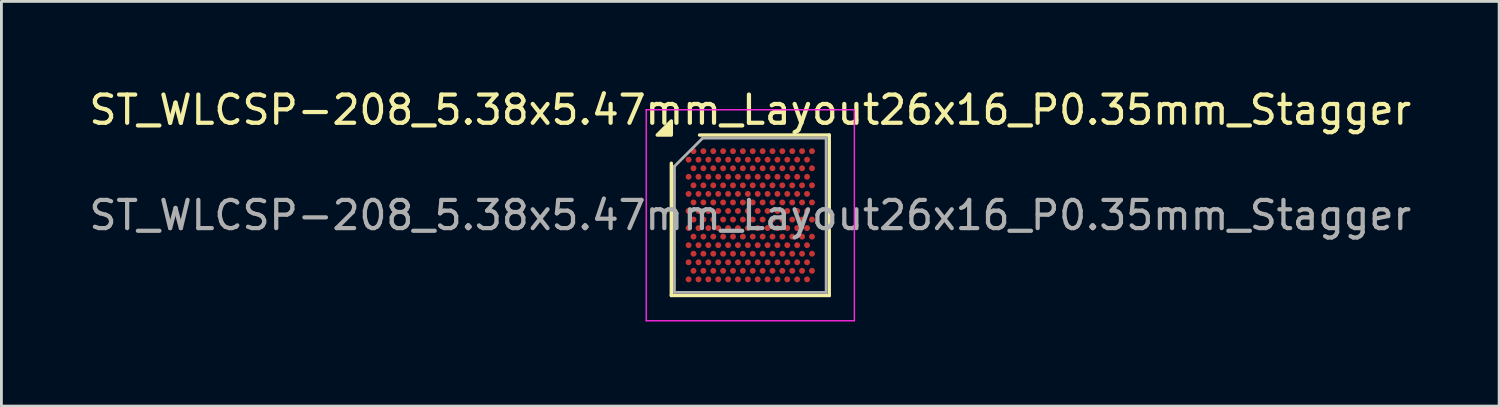
<source format=kicad_pcb>
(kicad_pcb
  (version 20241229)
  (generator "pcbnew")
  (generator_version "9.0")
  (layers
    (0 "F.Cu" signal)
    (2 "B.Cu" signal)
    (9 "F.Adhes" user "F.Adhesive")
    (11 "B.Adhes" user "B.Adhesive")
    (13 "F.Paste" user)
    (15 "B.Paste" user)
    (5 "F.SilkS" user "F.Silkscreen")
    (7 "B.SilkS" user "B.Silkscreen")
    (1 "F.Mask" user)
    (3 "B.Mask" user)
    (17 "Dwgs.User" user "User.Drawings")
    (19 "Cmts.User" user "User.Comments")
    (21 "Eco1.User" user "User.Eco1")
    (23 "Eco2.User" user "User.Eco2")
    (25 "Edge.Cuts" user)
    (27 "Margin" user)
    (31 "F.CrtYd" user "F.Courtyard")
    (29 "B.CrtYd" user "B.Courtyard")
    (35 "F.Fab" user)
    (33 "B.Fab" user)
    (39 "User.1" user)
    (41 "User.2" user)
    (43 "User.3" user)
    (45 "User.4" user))
  (footprint "ST_WLCSP-208_5.38x5.47mm_Layout26x16_P0.35mm_Stagger"
    (layer "F.Cu")
    (at 23.554 4.583)
    (property "Reference" "ST_WLCSP-208_5.38x5.47mm_Layout26x16_P0.35mm_Stagger" (at 0 -3.735 0) (layer "F.SilkS") (effects (font (size 1 1) (thickness 0.15))))
    (attr smd)
    (fp_line (start -2.8 2.845) (end -2.8 -1.845) (stroke (width 0.12) (type solid)) (layer "F.SilkS"))
    (fp_line (start -1.8 -2.845) (end 2.8 -2.845) (stroke (width 0.12) (type solid)) (layer "F.SilkS"))
    (fp_line (start 2.8 -2.845) (end 2.8 2.845) (stroke (width 0.12) (type solid)) (layer "F.SilkS"))
    (fp_line (start 2.8 2.845) (end -2.8 2.845) (stroke (width 0.12) (type solid)) (layer "F.SilkS"))
    (fp_poly (pts (xy -2.8 -2.845) (xy -3.3 -2.845) (xy -2.8 -3.345) (xy -2.8 -2.845)) (stroke (width 0.12) (type solid)) (fill yes) (layer "F.SilkS"))
    (fp_line (start -3.69 -3.74) (end -3.69 3.74) (stroke (width 0.05) (type solid)) (layer "F.CrtYd"))
    (fp_line (start -3.69 3.74) (end 3.69 3.74) (stroke (width 0.05) (type solid)) (layer "F.CrtYd"))
    (fp_line (start 3.69 -3.74) (end -3.69 -3.74) (stroke (width 0.05) (type solid)) (layer "F.CrtYd"))
    (fp_line (start 3.69 3.74) (end 3.69 -3.74) (stroke (width 0.05) (type solid)) (layer "F.CrtYd"))
    (fp_line (start -2.69 -1.735) (end -1.69 -2.735) (stroke (width 0.1) (type solid)) (layer "F.Fab"))
    (fp_line (start -2.69 2.735) (end -2.69 -1.735) (stroke (width 0.1) (type solid)) (layer "F.Fab"))
    (fp_line (start -1.69 -2.735) (end 2.69 -2.735) (stroke (width 0.1) (type solid)) (layer "F.Fab"))
    (fp_line (start 2.69 -2.735) (end 2.69 2.735) (stroke (width 0.1) (type solid)) (layer "F.Fab"))
    (fp_line (start 2.69 2.735) (end -2.69 2.735) (stroke (width 0.1) (type solid)) (layer "F.Fab"))
    (fp_text user "${REFERENCE}" (at 0 0 0) (layer "F.Fab") (effects (font (size 1 1) (thickness 0.15))))
    (pad "A2" smd circle (at -2.013 -2.273) (size 0.21 0.21) (property pad_prop_bga) (layers "F.Cu" "F.Mask" "F.Paste"))
    (pad "A4" smd circle (at -1.663 -2.273) (size 0.21 0.21) (property pad_prop_bga) (layers "F.Cu" "F.Mask" "F.Paste"))
    (pad "A6" smd circle (at -1.312 -2.273) (size 0.21 0.21) (property pad_prop_bga) (layers "F.Cu" "F.Mask" "F.Paste"))
    (pad "A8" smd circle (at -0.963 -2.273) (size 0.21 0.21) (property pad_prop_bga) (layers "F.Cu" "F.Mask" "F.Paste"))
    (pad "A10" smd circle (at -0.613 -2.273) (size 0.21 0.21) (property pad_prop_bga) (layers "F.Cu" "F.Mask" "F.Paste"))
    (pad "A12" smd circle (at -0.263 -2.273) (size 0.21 0.21) (property pad_prop_bga) (layers "F.Cu" "F.Mask" "F.Paste"))
    (pad "A14" smd circle (at 0.087 -2.273) (size 0.21 0.21) (property pad_prop_bga) (layers "F.Cu" "F.Mask" "F.Paste"))
    (pad "A16" smd circle (at 0.438 -2.273) (size 0.21 0.21) (property pad_prop_bga) (layers "F.Cu" "F.Mask" "F.Paste"))
    (pad "A18" smd circle (at 0.787 -2.273) (size 0.21 0.21) (property pad_prop_bga) (layers "F.Cu" "F.Mask" "F.Paste"))
    (pad "A20" smd circle (at 1.137 -2.273) (size 0.21 0.21) (property pad_prop_bga) (layers "F.Cu" "F.Mask" "F.Paste"))
    (pad "A22" smd circle (at 1.488 -2.273) (size 0.21 0.21) (property pad_prop_bga) (layers "F.Cu" "F.Mask" "F.Paste"))
    (pad "A24" smd circle (at 1.837 -2.273) (size 0.21 0.21) (property pad_prop_bga) (layers "F.Cu" "F.Mask" "F.Paste"))
    (pad "A26" smd circle (at 2.188 -2.273) (size 0.21 0.21) (property pad_prop_bga) (layers "F.Cu" "F.Mask" "F.Paste"))
    (pad "B1" smd circle (at -2.188 -1.97) (size 0.21 0.21) (property pad_prop_bga) (layers "F.Cu" "F.Mask" "F.Paste"))
    (pad "B3" smd circle (at -1.837 -1.97) (size 0.21 0.21) (property pad_prop_bga) (layers "F.Cu" "F.Mask" "F.Paste"))
    (pad "B5" smd circle (at -1.488 -1.97) (size 0.21 0.21) (property pad_prop_bga) (layers "F.Cu" "F.Mask" "F.Paste"))
    (pad "B7" smd circle (at -1.137 -1.97) (size 0.21 0.21) (property pad_prop_bga) (layers "F.Cu" "F.Mask" "F.Paste"))
    (pad "B9" smd circle (at -0.787 -1.97) (size 0.21 0.21) (property pad_prop_bga) (layers "F.Cu" "F.Mask" "F.Paste"))
    (pad "B11" smd circle (at -0.438 -1.97) (size 0.21 0.21) (property pad_prop_bga) (layers "F.Cu" "F.Mask" "F.Paste"))
    (pad "B13" smd circle (at -0.087 -1.97) (size 0.21 0.21) (property pad_prop_bga) (layers "F.Cu" "F.Mask" "F.Paste"))
    (pad "B15" smd circle (at 0.263 -1.97) (size 0.21 0.21) (property pad_prop_bga) (layers "F.Cu" "F.Mask" "F.Paste"))
    (pad "B17" smd circle (at 0.613 -1.97) (size 0.21 0.21) (property pad_prop_bga) (layers "F.Cu" "F.Mask" "F.Paste"))
    (pad "B19" smd circle (at 0.963 -1.97) (size 0.21 0.21) (property pad_prop_bga) (layers "F.Cu" "F.Mask" "F.Paste"))
    (pad "B21" smd circle (at 1.312 -1.97) (size 0.21 0.21) (property pad_prop_bga) (layers "F.Cu" "F.Mask" "F.Paste"))
    (pad "B23" smd circle (at 1.663 -1.97) (size 0.21 0.21) (property pad_prop_bga) (layers "F.Cu" "F.Mask" "F.Paste"))
    (pad "B25" smd circle (at 2.013 -1.97) (size 0.21 0.21) (property pad_prop_bga) (layers "F.Cu" "F.Mask" "F.Paste"))
    (pad "C2" smd circle (at -2.013 -1.667) (size 0.21 0.21) (property pad_prop_bga) (layers "F.Cu" "F.Mask" "F.Paste"))
    (pad "C4" smd circle (at -1.663 -1.667) (size 0.21 0.21) (property pad_prop_bga) (layers "F.Cu" "F.Mask" "F.Paste"))
    (pad "C6" smd circle (at -1.312 -1.667) (size 0.21 0.21) (property pad_prop_bga) (layers "F.Cu" "F.Mask" "F.Paste"))
    (pad "C8" smd circle (at -0.963 -1.667) (size 0.21 0.21) (property pad_prop_bga) (layers "F.Cu" "F.Mask" "F.Paste"))
    (pad "C10" smd circle (at -0.613 -1.667) (size 0.21 0.21) (property pad_prop_bga) (layers "F.Cu" "F.Mask" "F.Paste"))
    (pad "C12" smd circle (at -0.263 -1.667) (size 0.21 0.21) (property pad_prop_bga) (layers "F.Cu" "F.Mask" "F.Paste"))
    (pad "C14" smd circle (at 0.087 -1.667) (size 0.21 0.21) (property pad_prop_bga) (layers "F.Cu" "F.Mask" "F.Paste"))
    (pad "C16" smd circle (at 0.438 -1.667) (size 0.21 0.21) (property pad_prop_bga) (layers "F.Cu" "F.Mask" "F.Paste"))
    (pad "C18" smd circle (at 0.787 -1.667) (size 0.21 0.21) (property pad_prop_bga) (layers "F.Cu" "F.Mask" "F.Paste"))
    (pad "C20" smd circle (at 1.137 -1.667) (size 0.21 0.21) (property pad_prop_bga) (layers "F.Cu" "F.Mask" "F.Paste"))
    (pad "C22" smd circle (at 1.488 -1.667) (size 0.21 0.21) (property pad_prop_bga) (layers "F.Cu" "F.Mask" "F.Paste"))
    (pad "C24" smd circle (at 1.837 -1.667) (size 0.21 0.21) (property pad_prop_bga) (layers "F.Cu" "F.Mask" "F.Paste"))
    (pad "C26" smd circle (at 2.188 -1.667) (size 0.21 0.21) (property pad_prop_bga) (layers "F.Cu" "F.Mask" "F.Paste"))
    (pad "D1" smd circle (at -2.188 -1.364) (size 0.21 0.21) (property pad_prop_bga) (layers "F.Cu" "F.Mask" "F.Paste"))
    (pad "D3" smd circle (at -1.837 -1.364) (size 0.21 0.21) (property pad_prop_bga) (layers "F.Cu" "F.Mask" "F.Paste"))
    (pad "D5" smd circle (at -1.488 -1.364) (size 0.21 0.21) (property pad_prop_bga) (layers "F.Cu" "F.Mask" "F.Paste"))
    (pad "D7" smd circle (at -1.137 -1.364) (size 0.21 0.21) (property pad_prop_bga) (layers "F.Cu" "F.Mask" "F.Paste"))
    (pad "D9" smd circle (at -0.787 -1.364) (size 0.21 0.21) (property pad_prop_bga) (layers "F.Cu" "F.Mask" "F.Paste"))
    (pad "D11" smd circle (at -0.438 -1.364) (size 0.21 0.21) (property pad_prop_bga) (layers "F.Cu" "F.Mask" "F.Paste"))
    (pad "D13" smd circle (at -0.087 -1.364) (size 0.21 0.21) (property pad_prop_bga) (layers "F.Cu" "F.Mask" "F.Paste"))
    (pad "D15" smd circle (at 0.263 -1.364) (size 0.21 0.21) (property pad_prop_bga) (layers "F.Cu" "F.Mask" "F.Paste"))
    (pad "D17" smd circle (at 0.613 -1.364) (size 0.21 0.21) (property pad_prop_bga) (layers "F.Cu" "F.Mask" "F.Paste"))
    (pad "D19" smd circle (at 0.963 -1.364) (size 0.21 0.21) (property pad_prop_bga) (layers "F.Cu" "F.Mask" "F.Paste"))
    (pad "D21" smd circle (at 1.312 -1.364) (size 0.21 0.21) (property pad_prop_bga) (layers "F.Cu" "F.Mask" "F.Paste"))
    (pad "D23" smd circle (at 1.663 -1.364) (size 0.21 0.21) (property pad_prop_bga) (layers "F.Cu" "F.Mask" "F.Paste"))
    (pad "D25" smd circle (at 2.013 -1.364) (size 0.21 0.21) (property pad_prop_bga) (layers "F.Cu" "F.Mask" "F.Paste"))
    (pad "E2" smd circle (at -2.013 -1.061) (size 0.21 0.21) (property pad_prop_bga) (layers "F.Cu" "F.Mask" "F.Paste"))
    (pad "E4" smd circle (at -1.663 -1.061) (size 0.21 0.21) (property pad_prop_bga) (layers "F.Cu" "F.Mask" "F.Paste"))
    (pad "E6" smd circle (at -1.312 -1.061) (size 0.21 0.21) (property pad_prop_bga) (layers "F.Cu" "F.Mask" "F.Paste"))
    (pad "E8" smd circle (at -0.963 -1.061) (size 0.21 0.21) (property pad_prop_bga) (layers "F.Cu" "F.Mask" "F.Paste"))
    (pad "E10" smd circle (at -0.613 -1.061) (size 0.21 0.21) (property pad_prop_bga) (layers "F.Cu" "F.Mask" "F.Paste"))
    (pad "E12" smd circle (at -0.263 -1.061) (size 0.21 0.21) (property pad_prop_bga) (layers "F.Cu" "F.Mask" "F.Paste"))
    (pad "E14" smd circle (at 0.087 -1.061) (size 0.21 0.21) (property pad_prop_bga) (layers "F.Cu" "F.Mask" "F.Paste"))
    (pad "E16" smd circle (at 0.438 -1.061) (size 0.21 0.21) (property pad_prop_bga) (layers "F.Cu" "F.Mask" "F.Paste"))
    (pad "E18" smd circle (at 0.787 -1.061) (size 0.21 0.21) (property pad_prop_bga) (layers "F.Cu" "F.Mask" "F.Paste"))
    (pad "E20" smd circle (at 1.137 -1.061) (size 0.21 0.21) (property pad_prop_bga) (layers "F.Cu" "F.Mask" "F.Paste"))
    (pad "E22" smd circle (at 1.488 -1.061) (size 0.21 0.21) (property pad_prop_bga) (layers "F.Cu" "F.Mask" "F.Paste"))
    (pad "E24" smd circle (at 1.837 -1.061) (size 0.21 0.21) (property pad_prop_bga) (layers "F.Cu" "F.Mask" "F.Paste"))
    (pad "E26" smd circle (at 2.188 -1.061) (size 0.21 0.21) (property pad_prop_bga) (layers "F.Cu" "F.Mask" "F.Paste"))
    (pad "F1" smd circle (at -2.188 -0.758) (size 0.21 0.21) (property pad_prop_bga) (layers "F.Cu" "F.Mask" "F.Paste"))
    (pad "F3" smd circle (at -1.837 -0.758) (size 0.21 0.21) (property pad_prop_bga) (layers "F.Cu" "F.Mask" "F.Paste"))
    (pad "F5" smd circle (at -1.488 -0.758) (size 0.21 0.21) (property pad_prop_bga) (layers "F.Cu" "F.Mask" "F.Paste"))
    (pad "F7" smd circle (at -1.137 -0.758) (size 0.21 0.21) (property pad_prop_bga) (layers "F.Cu" "F.Mask" "F.Paste"))
    (pad "F9" smd circle (at -0.787 -0.758) (size 0.21 0.21) (property pad_prop_bga) (layers "F.Cu" "F.Mask" "F.Paste"))
    (pad "F11" smd circle (at -0.438 -0.758) (size 0.21 0.21) (property pad_prop_bga) (layers "F.Cu" "F.Mask" "F.Paste"))
    (pad "F13" smd circle (at -0.087 -0.758) (size 0.21 0.21) (property pad_prop_bga) (layers "F.Cu" "F.Mask" "F.Paste"))
    (pad "F15" smd circle (at 0.263 -0.758) (size 0.21 0.21) (property pad_prop_bga) (layers "F.Cu" "F.Mask" "F.Paste"))
    (pad "F17" smd circle (at 0.613 -0.758) (size 0.21 0.21) (property pad_prop_bga) (layers "F.Cu" "F.Mask" "F.Paste"))
    (pad "F19" smd circle (at 0.963 -0.758) (size 0.21 0.21) (property pad_prop_bga) (layers "F.Cu" "F.Mask" "F.Paste"))
    (pad "F21" smd circle (at 1.312 -0.758) (size 0.21 0.21) (property pad_prop_bga) (layers "F.Cu" "F.Mask" "F.Paste"))
    (pad "F23" smd circle (at 1.663 -0.758) (size 0.21 0.21) (property pad_prop_bga) (layers "F.Cu" "F.Mask" "F.Paste"))
    (pad "F25" smd circle (at 2.013 -0.758) (size 0.21 0.21) (property pad_prop_bga) (layers "F.Cu" "F.Mask" "F.Paste"))
    (pad "G2" smd circle (at -2.013 -0.455) (size 0.21 0.21) (property pad_prop_bga) (layers "F.Cu" "F.Mask" "F.Paste"))
    (pad "G4" smd circle (at -1.663 -0.455) (size 0.21 0.21) (property pad_prop_bga) (layers "F.Cu" "F.Mask" "F.Paste"))
    (pad "G6" smd circle (at -1.312 -0.455) (size 0.21 0.21) (property pad_prop_bga) (layers "F.Cu" "F.Mask" "F.Paste"))
    (pad "G8" smd circle (at -0.963 -0.455) (size 0.21 0.21) (property pad_prop_bga) (layers "F.Cu" "F.Mask" "F.Paste"))
    (pad "G10" smd circle (at -0.613 -0.455) (size 0.21 0.21) (property pad_prop_bga) (layers "F.Cu" "F.Mask" "F.Paste"))
    (pad "G12" smd circle (at -0.263 -0.455) (size 0.21 0.21) (property pad_prop_bga) (layers "F.Cu" "F.Mask" "F.Paste"))
    (pad "G14" smd circle (at 0.087 -0.455) (size 0.21 0.21) (property pad_prop_bga) (layers "F.Cu" "F.Mask" "F.Paste"))
    (pad "G16" smd circle (at 0.438 -0.455) (size 0.21 0.21) (property pad_prop_bga) (layers "F.Cu" "F.Mask" "F.Paste"))
    (pad "G18" smd circle (at 0.787 -0.455) (size 0.21 0.21) (property pad_prop_bga) (layers "F.Cu" "F.Mask" "F.Paste"))
    (pad "G20" smd circle (at 1.137 -0.455) (size 0.21 0.21) (property pad_prop_bga) (layers "F.Cu" "F.Mask" "F.Paste"))
    (pad "G22" smd circle (at 1.488 -0.455) (size 0.21 0.21) (property pad_prop_bga) (layers "F.Cu" "F.Mask" "F.Paste"))
    (pad "G24" smd circle (at 1.837 -0.455) (size 0.21 0.21) (property pad_prop_bga) (layers "F.Cu" "F.Mask" "F.Paste"))
    (pad "G26" smd circle (at 2.188 -0.455) (size 0.21 0.21) (property pad_prop_bga) (layers "F.Cu" "F.Mask" "F.Paste"))
    (pad "H1" smd circle (at -2.188 -0.152) (size 0.21 0.21) (property pad_prop_bga) (layers "F.Cu" "F.Mask" "F.Paste"))
    (pad "H3" smd circle (at -1.837 -0.152) (size 0.21 0.21) (property pad_prop_bga) (layers "F.Cu" "F.Mask" "F.Paste"))
    (pad "H5" smd circle (at -1.488 -0.152) (size 0.21 0.21) (property pad_prop_bga) (layers "F.Cu" "F.Mask" "F.Paste"))
    (pad "H7" smd circle (at -1.137 -0.152) (size 0.21 0.21) (property pad_prop_bga) (layers "F.Cu" "F.Mask" "F.Paste"))
    (pad "H9" smd circle (at -0.787 -0.152) (size 0.21 0.21) (property pad_prop_bga) (layers "F.Cu" "F.Mask" "F.Paste"))
    (pad "H11" smd circle (at -0.438 -0.152) (size 0.21 0.21) (property pad_prop_bga) (layers "F.Cu" "F.Mask" "F.Paste"))
    (pad "H13" smd circle (at -0.087 -0.152) (size 0.21 0.21) (property pad_prop_bga) (layers "F.Cu" "F.Mask" "F.Paste"))
    (pad "H15" smd circle (at 0.263 -0.152) (size 0.21 0.21) (property pad_prop_bga) (layers "F.Cu" "F.Mask" "F.Paste"))
    (pad "H17" smd circle (at 0.613 -0.152) (size 0.21 0.21) (property pad_prop_bga) (layers "F.Cu" "F.Mask" "F.Paste"))
    (pad "H19" smd circle (at 0.963 -0.152) (size 0.21 0.21) (property pad_prop_bga) (layers "F.Cu" "F.Mask" "F.Paste"))
    (pad "H21" smd circle (at 1.312 -0.152) (size 0.21 0.21) (property pad_prop_bga) (layers "F.Cu" "F.Mask" "F.Paste"))
    (pad "H23" smd circle (at 1.663 -0.152) (size 0.21 0.21) (property pad_prop_bga) (layers "F.Cu" "F.Mask" "F.Paste"))
    (pad "H25" smd circle (at 2.013 -0.152) (size 0.21 0.21) (property pad_prop_bga) (layers "F.Cu" "F.Mask" "F.Paste"))
    (pad "J2" smd circle (at -2.013 0.152) (size 0.21 0.21) (property pad_prop_bga) (layers "F.Cu" "F.Mask" "F.Paste"))
    (pad "J4" smd circle (at -1.663 0.152) (size 0.21 0.21) (property pad_prop_bga) (layers "F.Cu" "F.Mask" "F.Paste"))
    (pad "J6" smd circle (at -1.312 0.152) (size 0.21 0.21) (property pad_prop_bga) (layers "F.Cu" "F.Mask" "F.Paste"))
    (pad "J8" smd circle (at -0.963 0.152) (size 0.21 0.21) (property pad_prop_bga) (layers "F.Cu" "F.Mask" "F.Paste"))
    (pad "J10" smd circle (at -0.613 0.152) (size 0.21 0.21) (property pad_prop_bga) (layers "F.Cu" "F.Mask" "F.Paste"))
    (pad "J12" smd circle (at -0.263 0.152) (size 0.21 0.21) (property pad_prop_bga) (layers "F.Cu" "F.Mask" "F.Paste"))
    (pad "J14" smd circle (at 0.087 0.152) (size 0.21 0.21) (property pad_prop_bga) (layers "F.Cu" "F.Mask" "F.Paste"))
    (pad "J16" smd circle (at 0.438 0.152) (size 0.21 0.21) (property pad_prop_bga) (layers "F.Cu" "F.Mask" "F.Paste"))
    (pad "J18" smd circle (at 0.787 0.152) (size 0.21 0.21) (property pad_prop_bga) (layers "F.Cu" "F.Mask" "F.Paste"))
    (pad "J20" smd circle (at 1.137 0.152) (size 0.21 0.21) (property pad_prop_bga) (layers "F.Cu" "F.Mask" "F.Paste"))
    (pad "J22" smd circle (at 1.488 0.152) (size 0.21 0.21) (property pad_prop_bga) (layers "F.Cu" "F.Mask" "F.Paste"))
    (pad "J24" smd circle (at 1.837 0.152) (size 0.21 0.21) (property pad_prop_bga) (layers "F.Cu" "F.Mask" "F.Paste"))
    (pad "J26" smd circle (at 2.188 0.152) (size 0.21 0.21) (property pad_prop_bga) (layers "F.Cu" "F.Mask" "F.Paste"))
    (pad "K1" smd circle (at -2.188 0.455) (size 0.21 0.21) (property pad_prop_bga) (layers "F.Cu" "F.Mask" "F.Paste"))
    (pad "K3" smd circle (at -1.837 0.455) (size 0.21 0.21) (property pad_prop_bga) (layers "F.Cu" "F.Mask" "F.Paste"))
    (pad "K5" smd circle (at -1.488 0.455) (size 0.21 0.21) (property pad_prop_bga) (layers "F.Cu" "F.Mask" "F.Paste"))
    (pad "K7" smd circle (at -1.137 0.455) (size 0.21 0.21) (property pad_prop_bga) (layers "F.Cu" "F.Mask" "F.Paste"))
    (pad "K9" smd circle (at -0.787 0.455) (size 0.21 0.21) (property pad_prop_bga) (layers "F.Cu" "F.Mask" "F.Paste"))
    (pad "K11" smd circle (at -0.438 0.455) (size 0.21 0.21) (property pad_prop_bga) (layers "F.Cu" "F.Mask" "F.Paste"))
    (pad "K13" smd circle (at -0.087 0.455) (size 0.21 0.21) (property pad_prop_bga) (layers "F.Cu" "F.Mask" "F.Paste"))
    (pad "K15" smd circle (at 0.263 0.455) (size 0.21 0.21) (property pad_prop_bga) (layers "F.Cu" "F.Mask" "F.Paste"))
    (pad "K17" smd circle (at 0.613 0.455) (size 0.21 0.21) (property pad_prop_bga) (layers "F.Cu" "F.Mask" "F.Paste"))
    (pad "K19" smd circle (at 0.963 0.455) (size 0.21 0.21) (property pad_prop_bga) (layers "F.Cu" "F.Mask" "F.Paste"))
    (pad "K21" smd circle (at 1.312 0.455) (size 0.21 0.21) (property pad_prop_bga) (layers "F.Cu" "F.Mask" "F.Paste"))
    (pad "K23" smd circle (at 1.663 0.455) (size 0.21 0.21) (property pad_prop_bga) (layers "F.Cu" "F.Mask" "F.Paste"))
    (pad "K25" smd circle (at 2.013 0.455) (size 0.21 0.21) (property pad_prop_bga) (layers "F.Cu" "F.Mask" "F.Paste"))
    (pad "L2" smd circle (at -2.013 0.758) (size 0.21 0.21) (property pad_prop_bga) (layers "F.Cu" "F.Mask" "F.Paste"))
    (pad "L4" smd circle (at -1.663 0.758) (size 0.21 0.21) (property pad_prop_bga) (layers "F.Cu" "F.Mask" "F.Paste"))
    (pad "L6" smd circle (at -1.312 0.758) (size 0.21 0.21) (property pad_prop_bga) (layers "F.Cu" "F.Mask" "F.Paste"))
    (pad "L8" smd circle (at -0.963 0.758) (size 0.21 0.21) (property pad_prop_bga) (layers "F.Cu" "F.Mask" "F.Paste"))
    (pad "L10" smd circle (at -0.613 0.758) (size 0.21 0.21) (property pad_prop_bga) (layers "F.Cu" "F.Mask" "F.Paste"))
    (pad "L12" smd circle (at -0.263 0.758) (size 0.21 0.21) (property pad_prop_bga) (layers "F.Cu" "F.Mask" "F.Paste"))
    (pad "L14" smd circle (at 0.087 0.758) (size 0.21 0.21) (property pad_prop_bga) (layers "F.Cu" "F.Mask" "F.Paste"))
    (pad "L16" smd circle (at 0.438 0.758) (size 0.21 0.21) (property pad_prop_bga) (layers "F.Cu" "F.Mask" "F.Paste"))
    (pad "L18" smd circle (at 0.787 0.758) (size 0.21 0.21) (property pad_prop_bga) (layers "F.Cu" "F.Mask" "F.Paste"))
    (pad "L20" smd circle (at 1.137 0.758) (size 0.21 0.21) (property pad_prop_bga) (layers "F.Cu" "F.Mask" "F.Paste"))
    (pad "L22" smd circle (at 1.488 0.758) (size 0.21 0.21) (property pad_prop_bga) (layers "F.Cu" "F.Mask" "F.Paste"))
    (pad "L24" smd circle (at 1.837 0.758) (size 0.21 0.21) (property pad_prop_bga) (layers "F.Cu" "F.Mask" "F.Paste"))
    (pad "L26" smd circle (at 2.188 0.758) (size 0.21 0.21) (property pad_prop_bga) (layers "F.Cu" "F.Mask" "F.Paste"))
    (pad "M1" smd circle (at -2.188 1.061) (size 0.21 0.21) (property pad_prop_bga) (layers "F.Cu" "F.Mask" "F.Paste"))
    (pad "M3" smd circle (at -1.837 1.061) (size 0.21 0.21) (property pad_prop_bga) (layers "F.Cu" "F.Mask" "F.Paste"))
    (pad "M5" smd circle (at -1.488 1.061) (size 0.21 0.21) (property pad_prop_bga) (layers "F.Cu" "F.Mask" "F.Paste"))
    (pad "M7" smd circle (at -1.137 1.061) (size 0.21 0.21) (property pad_prop_bga) (layers "F.Cu" "F.Mask" "F.Paste"))
    (pad "M9" smd circle (at -0.787 1.061) (size 0.21 0.21) (property pad_prop_bga) (layers "F.Cu" "F.Mask" "F.Paste"))
    (pad "M11" smd circle (at -0.438 1.061) (size 0.21 0.21) (property pad_prop_bga) (layers "F.Cu" "F.Mask" "F.Paste"))
    (pad "M13" smd circle (at -0.087 1.061) (size 0.21 0.21) (property pad_prop_bga) (layers "F.Cu" "F.Mask" "F.Paste"))
    (pad "M15" smd circle (at 0.263 1.061) (size 0.21 0.21) (property pad_prop_bga) (layers "F.Cu" "F.Mask" "F.Paste"))
    (pad "M17" smd circle (at 0.613 1.061) (size 0.21 0.21) (property pad_prop_bga) (layers "F.Cu" "F.Mask" "F.Paste"))
    (pad "M19" smd circle (at 0.963 1.061) (size 0.21 0.21) (property pad_prop_bga) (layers "F.Cu" "F.Mask" "F.Paste"))
    (pad "M21" smd circle (at 1.312 1.061) (size 0.21 0.21) (property pad_prop_bga) (layers "F.Cu" "F.Mask" "F.Paste"))
    (pad "M23" smd circle (at 1.663 1.061) (size 0.21 0.21) (property pad_prop_bga) (layers "F.Cu" "F.Mask" "F.Paste"))
    (pad "M25" smd circle (at 2.013 1.061) (size 0.21 0.21) (property pad_prop_bga) (layers "F.Cu" "F.Mask" "F.Paste"))
    (pad "N2" smd circle (at -2.013 1.364) (size 0.21 0.21) (property pad_prop_bga) (layers "F.Cu" "F.Mask" "F.Paste"))
    (pad "N4" smd circle (at -1.663 1.364) (size 0.21 0.21) (property pad_prop_bga) (layers "F.Cu" "F.Mask" "F.Paste"))
    (pad "N6" smd circle (at -1.312 1.364) (size 0.21 0.21) (property pad_prop_bga) (layers "F.Cu" "F.Mask" "F.Paste"))
    (pad "N8" smd circle (at -0.963 1.364) (size 0.21 0.21) (property pad_prop_bga) (layers "F.Cu" "F.Mask" "F.Paste"))
    (pad "N10" smd circle (at -0.613 1.364) (size 0.21 0.21) (property pad_prop_bga) (layers "F.Cu" "F.Mask" "F.Paste"))
    (pad "N12" smd circle (at -0.263 1.364) (size 0.21 0.21) (property pad_prop_bga) (layers "F.Cu" "F.Mask" "F.Paste"))
    (pad "N14" smd circle (at 0.087 1.364) (size 0.21 0.21) (property pad_prop_bga) (layers "F.Cu" "F.Mask" "F.Paste"))
    (pad "N16" smd circle (at 0.438 1.364) (size 0.21 0.21) (property pad_prop_bga) (layers "F.Cu" "F.Mask" "F.Paste"))
    (pad "N18" smd circle (at 0.787 1.364) (size 0.21 0.21) (property pad_prop_bga) (layers "F.Cu" "F.Mask" "F.Paste"))
    (pad "N20" smd circle (at 1.137 1.364) (size 0.21 0.21) (property pad_prop_bga) (layers "F.Cu" "F.Mask" "F.Paste"))
    (pad "N22" smd circle (at 1.488 1.364) (size 0.21 0.21) (property pad_prop_bga) (layers "F.Cu" "F.Mask" "F.Paste"))
    (pad "N24" smd circle (at 1.837 1.364) (size 0.21 0.21) (property pad_prop_bga) (layers "F.Cu" "F.Mask" "F.Paste"))
    (pad "N26" smd circle (at 2.188 1.364) (size 0.21 0.21) (property pad_prop_bga) (layers "F.Cu" "F.Mask" "F.Paste"))
    (pad "P1" smd circle (at -2.188 1.667) (size 0.21 0.21) (property pad_prop_bga) (layers "F.Cu" "F.Mask" "F.Paste"))
    (pad "P3" smd circle (at -1.837 1.667) (size 0.21 0.21) (property pad_prop_bga) (layers "F.Cu" "F.Mask" "F.Paste"))
    (pad "P5" smd circle (at -1.488 1.667) (size 0.21 0.21) (property pad_prop_bga) (layers "F.Cu" "F.Mask" "F.Paste"))
    (pad "P7" smd circle (at -1.137 1.667) (size 0.21 0.21) (property pad_prop_bga) (layers "F.Cu" "F.Mask" "F.Paste"))
    (pad "P9" smd circle (at -0.787 1.667) (size 0.21 0.21) (property pad_prop_bga) (layers "F.Cu" "F.Mask" "F.Paste"))
    (pad "P11" smd circle (at -0.438 1.667) (size 0.21 0.21) (property pad_prop_bga) (layers "F.Cu" "F.Mask" "F.Paste"))
    (pad "P13" smd circle (at -0.087 1.667) (size 0.21 0.21) (property pad_prop_bga) (layers "F.Cu" "F.Mask" "F.Paste"))
    (pad "P15" smd circle (at 0.263 1.667) (size 0.21 0.21) (property pad_prop_bga) (layers "F.Cu" "F.Mask" "F.Paste"))
    (pad "P17" smd circle (at 0.613 1.667) (size 0.21 0.21) (property pad_prop_bga) (layers "F.Cu" "F.Mask" "F.Paste"))
    (pad "P19" smd circle (at 0.963 1.667) (size 0.21 0.21) (property pad_prop_bga) (layers "F.Cu" "F.Mask" "F.Paste"))
    (pad "P21" smd circle (at 1.312 1.667) (size 0.21 0.21) (property pad_prop_bga) (layers "F.Cu" "F.Mask" "F.Paste"))
    (pad "P23" smd circle (at 1.663 1.667) (size 0.21 0.21) (property pad_prop_bga) (layers "F.Cu" "F.Mask" "F.Paste"))
    (pad "P25" smd circle (at 2.013 1.667) (size 0.21 0.21) (property pad_prop_bga) (layers "F.Cu" "F.Mask" "F.Paste"))
    (pad "R2" smd circle (at -2.013 1.97) (size 0.21 0.21) (property pad_prop_bga) (layers "F.Cu" "F.Mask" "F.Paste"))
    (pad "R4" smd circle (at -1.663 1.97) (size 0.21 0.21) (property pad_prop_bga) (layers "F.Cu" "F.Mask" "F.Paste"))
    (pad "R6" smd circle (at -1.312 1.97) (size 0.21 0.21) (property pad_prop_bga) (layers "F.Cu" "F.Mask" "F.Paste"))
    (pad "R8" smd circle (at -0.963 1.97) (size 0.21 0.21) (property pad_prop_bga) (layers "F.Cu" "F.Mask" "F.Paste"))
    (pad "R10" smd circle (at -0.613 1.97) (size 0.21 0.21) (property pad_prop_bga) (layers "F.Cu" "F.Mask" "F.Paste"))
    (pad "R12" smd circle (at -0.263 1.97) (size 0.21 0.21) (property pad_prop_bga) (layers "F.Cu" "F.Mask" "F.Paste"))
    (pad "R14" smd circle (at 0.087 1.97) (size 0.21 0.21) (property pad_prop_bga) (layers "F.Cu" "F.Mask" "F.Paste"))
    (pad "R16" smd circle (at 0.438 1.97) (size 0.21 0.21) (property pad_prop_bga) (layers "F.Cu" "F.Mask" "F.Paste"))
    (pad "R18" smd circle (at 0.787 1.97) (size 0.21 0.21) (property pad_prop_bga) (layers "F.Cu" "F.Mask" "F.Paste"))
    (pad "R20" smd circle (at 1.137 1.97) (size 0.21 0.21) (property pad_prop_bga) (layers "F.Cu" "F.Mask" "F.Paste"))
    (pad "R22" smd circle (at 1.488 1.97) (size 0.21 0.21) (property pad_prop_bga) (layers "F.Cu" "F.Mask" "F.Paste"))
    (pad "R24" smd circle (at 1.837 1.97) (size 0.21 0.21) (property pad_prop_bga) (layers "F.Cu" "F.Mask" "F.Paste"))
    (pad "R26" smd circle (at 2.188 1.97) (size 0.21 0.21) (property pad_prop_bga) (layers "F.Cu" "F.Mask" "F.Paste"))
    (pad "T1" smd circle (at -2.188 2.273) (size 0.21 0.21) (property pad_prop_bga) (layers "F.Cu" "F.Mask" "F.Paste"))
    (pad "T3" smd circle (at -1.837 2.273) (size 0.21 0.21) (property pad_prop_bga) (layers "F.Cu" "F.Mask" "F.Paste"))
    (pad "T5" smd circle (at -1.488 2.273) (size 0.21 0.21) (property pad_prop_bga) (layers "F.Cu" "F.Mask" "F.Paste"))
    (pad "T7" smd circle (at -1.137 2.273) (size 0.21 0.21) (property pad_prop_bga) (layers "F.Cu" "F.Mask" "F.Paste"))
    (pad "T9" smd circle (at -0.787 2.273) (size 0.21 0.21) (property pad_prop_bga) (layers "F.Cu" "F.Mask" "F.Paste"))
    (pad "T11" smd circle (at -0.438 2.273) (size 0.21 0.21) (property pad_prop_bga) (layers "F.Cu" "F.Mask" "F.Paste"))
    (pad "T13" smd circle (at -0.087 2.273) (size 0.21 0.21) (property pad_prop_bga) (layers "F.Cu" "F.Mask" "F.Paste"))
    (pad "T15" smd circle (at 0.263 2.273) (size 0.21 0.21) (property pad_prop_bga) (layers "F.Cu" "F.Mask" "F.Paste"))
    (pad "T17" smd circle (at 0.613 2.273) (size 0.21 0.21) (property pad_prop_bga) (layers "F.Cu" "F.Mask" "F.Paste"))
    (pad "T19" smd circle (at 0.963 2.273) (size 0.21 0.21) (property pad_prop_bga) (layers "F.Cu" "F.Mask" "F.Paste"))
    (pad "T21" smd circle (at 1.312 2.273) (size 0.21 0.21) (property pad_prop_bga) (layers "F.Cu" "F.Mask" "F.Paste"))
    (pad "T23" smd circle (at 1.663 2.273) (size 0.21 0.21) (property pad_prop_bga) (layers "F.Cu" "F.Mask" "F.Paste"))
    (pad "T25" smd circle (at 2.013 2.273) (size 0.21 0.21) (property pad_prop_bga) (layers "F.Cu" "F.Mask" "F.Paste")))
  (gr_rect
    (start -3 -3)
    (end 50.107 11.348)
    (stroke (width 0.1) (type default))
    (fill no)
    (layer "Edge.Cuts")))
</source>
